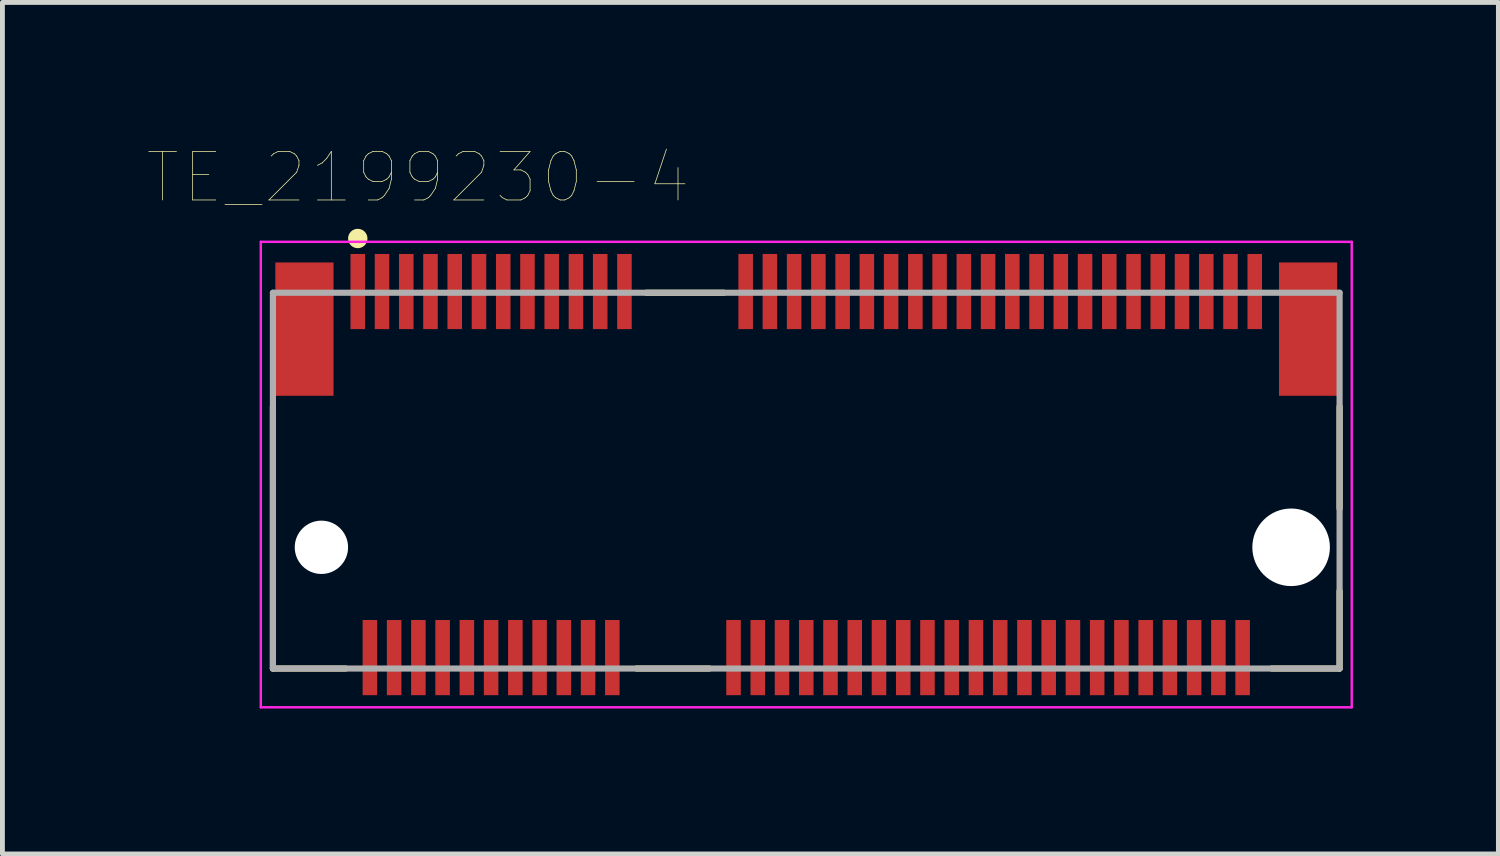
<source format=kicad_pcb>
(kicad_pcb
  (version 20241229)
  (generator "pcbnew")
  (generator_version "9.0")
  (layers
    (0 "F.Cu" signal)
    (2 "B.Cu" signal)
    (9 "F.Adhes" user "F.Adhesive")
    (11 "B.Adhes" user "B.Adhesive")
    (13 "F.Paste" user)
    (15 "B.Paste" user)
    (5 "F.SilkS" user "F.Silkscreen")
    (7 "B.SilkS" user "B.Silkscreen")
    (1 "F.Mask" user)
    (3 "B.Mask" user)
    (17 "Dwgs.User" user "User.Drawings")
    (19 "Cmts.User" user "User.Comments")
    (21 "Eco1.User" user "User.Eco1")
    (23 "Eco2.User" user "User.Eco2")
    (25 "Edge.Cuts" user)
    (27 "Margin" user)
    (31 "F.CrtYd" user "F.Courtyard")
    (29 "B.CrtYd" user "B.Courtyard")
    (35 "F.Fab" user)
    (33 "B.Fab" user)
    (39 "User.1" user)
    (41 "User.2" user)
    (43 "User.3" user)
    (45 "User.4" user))
  (footprint "TE_2199230-4"
    (layer "F.Cu")
    (at 13.579 6.863)
    (property "Reference" "TE_2199230-4" (at -8.008 -6.251 0) (layer "F.SilkS") (effects (font (size 1.001 1.001) (thickness 0.015))))
    (attr through_hole)
    (fp_line (start -11 -1.525) (end -11 3.875) (stroke (width 0.127) (type solid)) (layer "F.SilkS"))
    (fp_line (start -11 3.875) (end -9.5 3.875) (stroke (width 0.127) (type solid)) (layer "F.SilkS"))
    (fp_line (start -3.5 3.875) (end -2 3.875) (stroke (width 0.127) (type solid)) (layer "F.SilkS"))
    (fp_line (start -3.3 -3.875) (end -1.7 -3.875) (stroke (width 0.127) (type solid)) (layer "F.SilkS"))
    (fp_line (start 9.6 3.875) (end 11 3.875) (stroke (width 0.127) (type solid)) (layer "F.SilkS"))
    (fp_line (start 11 -1.525) (end 11 0.575) (stroke (width 0.127) (type solid)) (layer "F.SilkS"))
    (fp_line (start 11 3.875) (end 11 2.275) (stroke (width 0.127) (type solid)) (layer "F.SilkS"))
    (fp_circle (center -9.25 -4.994) (end -9.15 -4.994) (stroke (width 0.2) (type solid)) (fill no) (layer "F.SilkS"))
    (fp_line (start -11.25 -4.925) (end 11.25 -4.925) (stroke (width 0.05) (type solid)) (layer "F.CrtYd"))
    (fp_line (start -11.25 4.675) (end -11.25 -4.925) (stroke (width 0.05) (type solid)) (layer "F.CrtYd"))
    (fp_line (start 11.25 -4.925) (end 11.25 4.675) (stroke (width 0.05) (type solid)) (layer "F.CrtYd"))
    (fp_line (start 11.25 4.675) (end -11.25 4.675) (stroke (width 0.05) (type solid)) (layer "F.CrtYd"))
    (fp_line (start -11 -3.875) (end 11 -3.875) (stroke (width 0.127) (type solid)) (layer "F.Fab"))
    (fp_line (start -11 3.875) (end -11 -3.875) (stroke (width 0.127) (type solid)) (layer "F.Fab"))
    (fp_line (start 11 -3.875) (end 11 3.875) (stroke (width 0.127) (type solid)) (layer "F.Fab"))
    (fp_line (start 11 3.875) (end -11 3.875) (stroke (width 0.127) (type solid)) (layer "F.Fab"))
    (pad "" np_thru_hole circle (at -10 1.375) (size 1.1 1.1) (drill 1.1) (layers "*.Cu" "*.Mask"))
    (pad "" np_thru_hole circle (at 10 1.375) (size 1.6 1.6) (drill 1.6) (layers "*.Cu" "*.Mask"))
    (pad "1" smd rect (at -9.25 -3.9) (size 0.3 1.55) (layers "F.Cu" "F.Mask" "F.Paste"))
    (pad "2" smd rect (at -9 3.65) (size 0.3 1.55) (layers "F.Cu" "F.Mask" "F.Paste"))
    (pad "3" smd rect (at -8.75 -3.9) (size 0.3 1.55) (layers "F.Cu" "F.Mask" "F.Paste"))
    (pad "4" smd rect (at -8.5 3.65) (size 0.3 1.55) (layers "F.Cu" "F.Mask" "F.Paste"))
    (pad "5" smd rect (at -8.25 -3.9) (size 0.3 1.55) (layers "F.Cu" "F.Mask" "F.Paste"))
    (pad "6" smd rect (at -8 3.65) (size 0.3 1.55) (layers "F.Cu" "F.Mask" "F.Paste"))
    (pad "7" smd rect (at -7.75 -3.9) (size 0.3 1.55) (layers "F.Cu" "F.Mask" "F.Paste"))
    (pad "8" smd rect (at -7.5 3.65) (size 0.3 1.55) (layers "F.Cu" "F.Mask" "F.Paste"))
    (pad "9" smd rect (at -7.25 -3.9) (size 0.3 1.55) (layers "F.Cu" "F.Mask" "F.Paste"))
    (pad "10" smd rect (at -7 3.65) (size 0.3 1.55) (layers "F.Cu" "F.Mask" "F.Paste"))
    (pad "11" smd rect (at -6.75 -3.9) (size 0.3 1.55) (layers "F.Cu" "F.Mask" "F.Paste"))
    (pad "12" smd rect (at -6.5 3.65) (size 0.3 1.55) (layers "F.Cu" "F.Mask" "F.Paste"))
    (pad "13" smd rect (at -6.25 -3.9) (size 0.3 1.55) (layers "F.Cu" "F.Mask" "F.Paste"))
    (pad "14" smd rect (at -6 3.65) (size 0.3 1.55) (layers "F.Cu" "F.Mask" "F.Paste"))
    (pad "15" smd rect (at -5.75 -3.9) (size 0.3 1.55) (layers "F.Cu" "F.Mask" "F.Paste"))
    (pad "16" smd rect (at -5.5 3.65) (size 0.3 1.55) (layers "F.Cu" "F.Mask" "F.Paste"))
    (pad "17" smd rect (at -5.25 -3.9) (size 0.3 1.55) (layers "F.Cu" "F.Mask" "F.Paste"))
    (pad "18" smd rect (at -5 3.65) (size 0.3 1.55) (layers "F.Cu" "F.Mask" "F.Paste"))
    (pad "19" smd rect (at -4.75 -3.9) (size 0.3 1.55) (layers "F.Cu" "F.Mask" "F.Paste"))
    (pad "20" smd rect (at -4.5 3.65) (size 0.3 1.55) (layers "F.Cu" "F.Mask" "F.Paste"))
    (pad "21" smd rect (at -4.25 -3.9) (size 0.3 1.55) (layers "F.Cu" "F.Mask" "F.Paste"))
    (pad "22" smd rect (at -4 3.65) (size 0.3 1.55) (layers "F.Cu" "F.Mask" "F.Paste"))
    (pad "23" smd rect (at -3.75 -3.9) (size 0.3 1.55) (layers "F.Cu" "F.Mask" "F.Paste"))
    (pad "32" smd rect (at -1.5 3.65) (size 0.3 1.55) (layers "F.Cu" "F.Mask" "F.Paste"))
    (pad "33" smd rect (at -1.25 -3.9) (size 0.3 1.55) (layers "F.Cu" "F.Mask" "F.Paste"))
    (pad "34" smd rect (at -1 3.65) (size 0.3 1.55) (layers "F.Cu" "F.Mask" "F.Paste"))
    (pad "35" smd rect (at -0.75 -3.9) (size 0.3 1.55) (layers "F.Cu" "F.Mask" "F.Paste"))
    (pad "36" smd rect (at -0.5 3.65) (size 0.3 1.55) (layers "F.Cu" "F.Mask" "F.Paste"))
    (pad "37" smd rect (at -0.25 -3.9) (size 0.3 1.55) (layers "F.Cu" "F.Mask" "F.Paste"))
    (pad "38" smd rect (at 0 3.65) (size 0.3 1.55) (layers "F.Cu" "F.Mask" "F.Paste"))
    (pad "39" smd rect (at 0.25 -3.9) (size 0.3 1.55) (layers "F.Cu" "F.Mask" "F.Paste"))
    (pad "40" smd rect (at 0.5 3.65) (size 0.3 1.55) (layers "F.Cu" "F.Mask" "F.Paste"))
    (pad "41" smd rect (at 0.75 -3.9) (size 0.3 1.55) (layers "F.Cu" "F.Mask" "F.Paste"))
    (pad "42" smd rect (at 1 3.65) (size 0.3 1.55) (layers "F.Cu" "F.Mask" "F.Paste"))
    (pad "43" smd rect (at 1.25 -3.9) (size 0.3 1.55) (layers "F.Cu" "F.Mask" "F.Paste"))
    (pad "44" smd rect (at 1.5 3.65) (size 0.3 1.55) (layers "F.Cu" "F.Mask" "F.Paste"))
    (pad "45" smd rect (at 1.75 -3.9) (size 0.3 1.55) (layers "F.Cu" "F.Mask" "F.Paste"))
    (pad "46" smd rect (at 2 3.65) (size 0.3 1.55) (layers "F.Cu" "F.Mask" "F.Paste"))
    (pad "47" smd rect (at 2.25 -3.9) (size 0.3 1.55) (layers "F.Cu" "F.Mask" "F.Paste"))
    (pad "48" smd rect (at 2.5 3.65) (size 0.3 1.55) (layers "F.Cu" "F.Mask" "F.Paste"))
    (pad "49" smd rect (at 2.75 -3.9) (size 0.3 1.55) (layers "F.Cu" "F.Mask" "F.Paste"))
    (pad "50" smd rect (at 3 3.65) (size 0.3 1.55) (layers "F.Cu" "F.Mask" "F.Paste"))
    (pad "51" smd rect (at 3.25 -3.9) (size 0.3 1.55) (layers "F.Cu" "F.Mask" "F.Paste"))
    (pad "52" smd rect (at 3.5 3.65) (size 0.3 1.55) (layers "F.Cu" "F.Mask" "F.Paste"))
    (pad "53" smd rect (at 3.75 -3.9) (size 0.3 1.55) (layers "F.Cu" "F.Mask" "F.Paste"))
    (pad "54" smd rect (at 4 3.65) (size 0.3 1.55) (layers "F.Cu" "F.Mask" "F.Paste"))
    (pad "55" smd rect (at 4.25 -3.9) (size 0.3 1.55) (layers "F.Cu" "F.Mask" "F.Paste"))
    (pad "56" smd rect (at 4.5 3.65) (size 0.3 1.55) (layers "F.Cu" "F.Mask" "F.Paste"))
    (pad "57" smd rect (at 4.75 -3.9) (size 0.3 1.55) (layers "F.Cu" "F.Mask" "F.Paste"))
    (pad "58" smd rect (at 5 3.65) (size 0.3 1.55) (layers "F.Cu" "F.Mask" "F.Paste"))
    (pad "59" smd rect (at 5.25 -3.9) (size 0.3 1.55) (layers "F.Cu" "F.Mask" "F.Paste"))
    (pad "60" smd rect (at 5.5 3.65) (size 0.3 1.55) (layers "F.Cu" "F.Mask" "F.Paste"))
    (pad "61" smd rect (at 5.75 -3.9) (size 0.3 1.55) (layers "F.Cu" "F.Mask" "F.Paste"))
    (pad "62" smd rect (at 6 3.65) (size 0.3 1.55) (layers "F.Cu" "F.Mask" "F.Paste"))
    (pad "63" smd rect (at 6.25 -3.9) (size 0.3 1.55) (layers "F.Cu" "F.Mask" "F.Paste"))
    (pad "64" smd rect (at 6.5 3.65) (size 0.3 1.55) (layers "F.Cu" "F.Mask" "F.Paste"))
    (pad "65" smd rect (at 6.75 -3.9) (size 0.3 1.55) (layers "F.Cu" "F.Mask" "F.Paste"))
    (pad "66" smd rect (at 7 3.65) (size 0.3 1.55) (layers "F.Cu" "F.Mask" "F.Paste"))
    (pad "67" smd rect (at 7.25 -3.9) (size 0.3 1.55) (layers "F.Cu" "F.Mask" "F.Paste"))
    (pad "68" smd rect (at 7.5 3.65) (size 0.3 1.55) (layers "F.Cu" "F.Mask" "F.Paste"))
    (pad "69" smd rect (at 7.75 -3.9) (size 0.3 1.55) (layers "F.Cu" "F.Mask" "F.Paste"))
    (pad "70" smd rect (at 8 3.65) (size 0.3 1.55) (layers "F.Cu" "F.Mask" "F.Paste"))
    (pad "71" smd rect (at 8.25 -3.9) (size 0.3 1.55) (layers "F.Cu" "F.Mask" "F.Paste"))
    (pad "72" smd rect (at 8.5 3.65) (size 0.3 1.55) (layers "F.Cu" "F.Mask" "F.Paste"))
    (pad "73" smd rect (at 8.75 -3.9) (size 0.3 1.55) (layers "F.Cu" "F.Mask" "F.Paste"))
    (pad "74" smd rect (at 9 3.65) (size 0.3 1.55) (layers "F.Cu" "F.Mask" "F.Paste"))
    (pad "75" smd rect (at 9.25 -3.9) (size 0.3 1.55) (layers "F.Cu" "F.Mask" "F.Paste"))
    (pad "S1" smd rect (at -10.35 -3.125) (size 1.2 2.75) (layers "F.Cu" "F.Mask" "F.Paste"))
    (pad "S2" smd rect (at 10.35 -3.125) (size 1.2 2.75) (layers "F.Cu" "F.Mask" "F.Paste")))
  (gr_rect
    (start -3 -3)
    (end 27.854 14.563)
    (stroke (width 0.1) (type default))
    (fill no)
    (layer "Edge.Cuts")))
</source>
